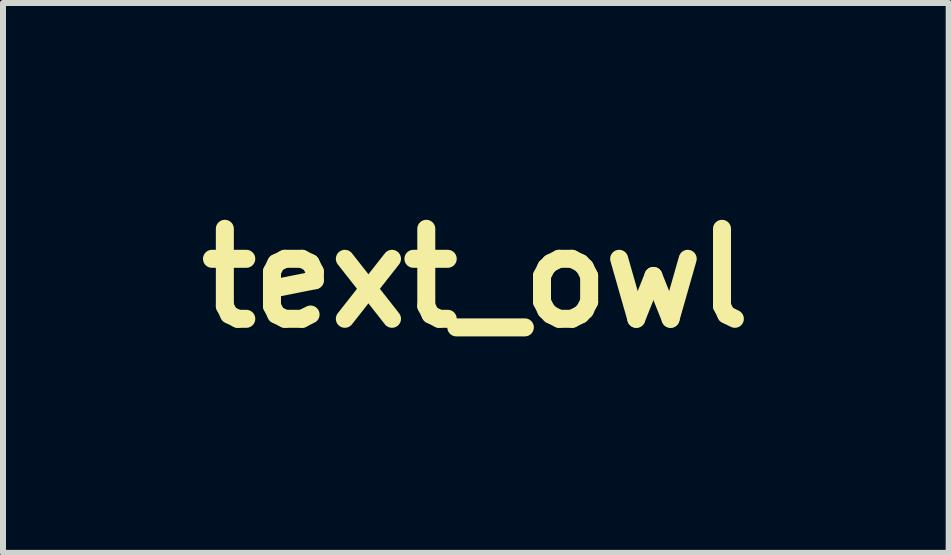
<source format=kicad_pcb>
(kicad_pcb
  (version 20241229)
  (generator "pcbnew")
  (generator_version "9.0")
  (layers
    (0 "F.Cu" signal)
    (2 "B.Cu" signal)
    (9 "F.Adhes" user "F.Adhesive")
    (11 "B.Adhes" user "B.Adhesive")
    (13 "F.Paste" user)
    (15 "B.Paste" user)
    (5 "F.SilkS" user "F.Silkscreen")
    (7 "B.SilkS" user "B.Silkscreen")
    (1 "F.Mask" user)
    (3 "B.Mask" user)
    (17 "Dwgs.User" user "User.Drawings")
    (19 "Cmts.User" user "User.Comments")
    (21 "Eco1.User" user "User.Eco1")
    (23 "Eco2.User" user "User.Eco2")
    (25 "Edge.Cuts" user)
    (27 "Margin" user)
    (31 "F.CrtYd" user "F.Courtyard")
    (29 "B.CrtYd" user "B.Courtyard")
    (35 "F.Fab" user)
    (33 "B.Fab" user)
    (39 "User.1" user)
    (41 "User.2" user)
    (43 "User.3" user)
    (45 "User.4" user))
  (footprint "text_owl"
    (layer "F.Cu")
    (at 4.876 1.585)
    (property "Reference" "text_owl" (at 0 0 0) (layer "F.SilkS") (effects (font (size 1.5 1.5) (thickness 0.3))))
    (attr board_only exclude_from_pos_files exclude_from_bom)
    (fp_poly (pts (xy -3.181 -1.521) (xy -3.146 -1.521) (xy -3.117 -1.52) (xy -3.1 -1.518) (xy -2.987 -1.506) (xy -2.876 -1.488) (xy -2.769 -1.465) (xy -2.665 -1.436) (xy -2.566 -1.402) (xy -2.471 -1.363) (xy -2.381 -1.319) (xy -2.298 -1.271) (xy -2.242 -1.234) (xy -2.171 -1.179) (xy -2.102 -1.118) (xy -2.037 -1.053) (xy -1.977 -0.984) (xy -1.923 -0.912) (xy -1.878 -0.843) (xy -1.835 -0.763) (xy -1.798 -0.679) (xy -1.767 -0.589) (xy -1.742 -0.495) (xy -1.723 -0.396) (xy -1.711 -0.292) (xy -1.704 -0.183) (xy -1.703 -0.109) (xy -1.705 0.016) (xy -1.713 0.136) (xy -1.726 0.251) (xy -1.744 0.36) (xy -1.768 0.463) (xy -1.796 0.561) (xy -1.829 0.652) (xy -1.868 0.738) (xy -1.911 0.817) (xy -1.937 0.858) (xy -1.969 0.903) (xy -2.006 0.949) (xy -2.047 0.996) (xy -2.092 1.042) (xy -2.158 1.105) (xy -2.222 1.16) (xy -2.286 1.21) (xy -2.352 1.254) (xy -2.42 1.294) (xy -2.472 1.321) (xy -2.515 1.341) (xy -2.557 1.359) (xy -2.6 1.376) (xy -2.645 1.39) (xy -2.693 1.404) (xy -2.744 1.417) (xy -2.801 1.429) (xy -2.863 1.441) (xy -2.916 1.45) (xy -2.978 1.46) (xy -3.044 1.469) (xy -3.112 1.477) (xy -3.182 1.484) (xy -3.252 1.49) (xy -3.321 1.494) (xy -3.388 1.498) (xy -3.452 1.5) (xy -3.512 1.501) (xy -3.567 1.501) (xy -3.614 1.498) (xy -3.629 1.497) (xy -3.713 1.487) (xy -3.798 1.47) (xy -3.885 1.446) (xy -3.972 1.416) (xy -4.057 1.381) (xy -4.14 1.341) (xy -4.219 1.296) (xy -4.293 1.247) (xy -4.337 1.214) (xy -4.375 1.182) (xy -4.415 1.145) (xy -4.456 1.104) (xy -4.497 1.06) (xy -4.536 1.015) (xy -4.573 0.97) (xy -4.598 0.937) (xy -4.652 0.858) (xy -4.7 0.776) (xy -4.742 0.692) (xy -4.778 0.606) (xy -4.807 0.515) (xy -4.832 0.42) (xy -4.85 0.321) (xy -4.864 0.216) (xy -4.872 0.105) (xy -4.874 0.079) (xy -4.876 -0.043) (xy -4.872 -0.13) (xy -4.246 -0.13) (xy -4.246 -0.091) (xy -4.245 -0.053) (xy -4.244 -0.019) (xy -4.243 0.011) (xy -4.242 0.027) (xy -4.231 0.143) (xy -4.216 0.255) (xy -4.196 0.362) (xy -4.172 0.465) (xy -4.144 0.562) (xy -4.112 0.653) (xy -4.075 0.738) (xy -4.035 0.817) (xy -3.998 0.879) (xy -3.946 0.952) (xy -3.892 1.018) (xy -3.835 1.076) (xy -3.776 1.126) (xy -3.713 1.169) (xy -3.647 1.205) (xy -3.578 1.234) (xy -3.504 1.256) (xy -3.427 1.271) (xy -3.411 1.274) (xy -3.387 1.276) (xy -3.357 1.278) (xy -3.323 1.279) (xy -3.287 1.28) (xy -3.251 1.279) (xy -3.218 1.278) (xy -3.189 1.277) (xy -3.179 1.276) (xy -3.098 1.264) (xy -3.021 1.245) (xy -2.947 1.22) (xy -2.899 1.198) (xy -2.858 1.177) (xy -2.822 1.156) (xy -2.788 1.132) (xy -2.755 1.105) (xy -2.721 1.073) (xy -2.69 1.042) (xy -2.629 0.974) (xy -2.575 0.901) (xy -2.528 0.823) (xy -2.486 0.741) (xy -2.451 0.653) (xy -2.441 0.622) (xy -2.424 0.567) (xy -2.408 0.505) (xy -2.393 0.44) (xy -2.38 0.371) (xy -2.368 0.303) (xy -2.359 0.235) (xy -2.356 0.213) (xy -2.354 0.186) (xy -2.352 0.153) (xy -2.351 0.114) (xy -2.35 0.072) (xy -2.349 0.028) (xy -2.349 -0.016) (xy -2.35 -0.058) (xy -2.351 -0.098) (xy -2.352 -0.133) (xy -2.354 -0.162) (xy -2.354 -0.164) (xy -2.368 -0.282) (xy -2.386 -0.393) (xy -2.41 -0.497) (xy -2.438 -0.596) (xy -2.472 -0.687) (xy -2.51 -0.773) (xy -2.554 -0.852) (xy -2.574 -0.884) (xy -2.626 -0.956) (xy -2.682 -1.022) (xy -2.741 -1.079) (xy -2.805 -1.13) (xy -2.872 -1.173) (xy -2.944 -1.21) (xy -3.019 -1.239) (xy -3.098 -1.261) (xy -3.182 -1.275) (xy -3.269 -1.283) (xy -3.32 -1.284) (xy -3.402 -1.281) (xy -3.481 -1.271) (xy -3.555 -1.253) (xy -3.627 -1.229) (xy -3.697 -1.197) (xy -3.765 -1.157) (xy -3.816 -1.122) (xy -3.843 -1.1) (xy -3.873 -1.074) (xy -3.904 -1.045) (xy -3.934 -1.016) (xy -3.961 -0.987) (xy -3.977 -0.968) (xy -4.032 -0.897) (xy -4.08 -0.82) (xy -4.123 -0.737) (xy -4.16 -0.65) (xy -4.191 -0.559) (xy -4.215 -0.463) (xy -4.233 -0.365) (xy -4.242 -0.289) (xy -4.244 -0.267) (xy -4.245 -0.239) (xy -4.246 -0.205) (xy -4.246 -0.169) (xy -4.246 -0.13) (xy -4.872 -0.13) (xy -4.871 -0.16) (xy -4.86 -0.272) (xy -4.843 -0.379) (xy -4.819 -0.482) (xy -4.788 -0.58) (xy -4.751 -0.672) (xy -4.708 -0.76) (xy -4.658 -0.843) (xy -4.633 -0.88) (xy -4.568 -0.964) (xy -4.498 -1.042) (xy -4.422 -1.115) (xy -4.343 -1.182) (xy -4.259 -1.243) (xy -4.173 -1.296) (xy -4.138 -1.315) (xy -4.047 -1.359) (xy -3.949 -1.398) (xy -3.846 -1.433) (xy -3.738 -1.463) (xy -3.625 -1.488) (xy -3.51 -1.507) (xy -3.471 -1.512) (xy -3.448 -1.514) (xy -3.418 -1.516) (xy -3.383 -1.518) (xy -3.344 -1.52) (xy -3.303 -1.521) (xy -3.261 -1.521) (xy -3.22 -1.521)) (stroke (width 0) (type solid)) (fill yes) (layer "F.Mask"))
    (fp_poly (pts (xy 2.999 -1.585) (xy 3.024 -1.584) (xy 3.049 -1.581) (xy 3.074 -1.576) (xy 3.104 -1.569) (xy 3.138 -1.559) (xy 3.153 -1.555) (xy 3.191 -1.543) (xy 3.223 -1.533) (xy 3.249 -1.525) (xy 3.27 -1.519) (xy 3.287 -1.514) (xy 3.301 -1.51) (xy 3.314 -1.506) (xy 3.326 -1.504) (xy 3.333 -1.502) (xy 3.35 -1.499) (xy 3.374 -1.494) (xy 3.404 -1.489) (xy 3.438 -1.484) (xy 3.475 -1.478) (xy 3.515 -1.471) (xy 3.555 -1.465) (xy 3.595 -1.459) (xy 3.634 -1.453) (xy 3.67 -1.448) (xy 3.701 -1.444) (xy 3.728 -1.44) (xy 3.749 -1.438) (xy 3.75 -1.438) (xy 3.773 -1.436) (xy 3.795 -1.433) (xy 3.814 -1.431) (xy 3.827 -1.43) (xy 3.83 -1.429) (xy 3.853 -1.423) (xy 3.874 -1.409) (xy 3.89 -1.39) (xy 3.895 -1.382) (xy 3.904 -1.357) (xy 3.905 -1.334) (xy 3.898 -1.312) (xy 3.886 -1.295) (xy 3.873 -1.284) (xy 3.858 -1.275) (xy 3.84 -1.269) (xy 3.816 -1.265) (xy 3.8 -1.263) (xy 3.761 -1.259) (xy 3.729 -1.252) (xy 3.703 -1.243) (xy 3.681 -1.231) (xy 3.664 -1.216) (xy 3.65 -1.197) (xy 3.641 -1.182) (xy 3.632 -1.159) (xy 3.622 -1.13) (xy 3.613 -1.097) (xy 3.605 -1.061) (xy 3.598 -1.024) (xy 3.594 -0.994) (xy 3.592 -0.971) (xy 3.59 -0.94) (xy 3.587 -0.902) (xy 3.585 -0.857) (xy 3.582 -0.805) (xy 3.579 -0.748) (xy 3.576 -0.686) (xy 3.574 -0.618) (xy 3.571 -0.547) (xy 3.568 -0.471) (xy 3.565 -0.392) (xy 3.562 -0.31) (xy 3.56 -0.226) (xy 3.557 -0.14) (xy 3.554 -0.052) (xy 3.552 0.037) (xy 3.55 0.126) (xy 3.547 0.216) (xy 3.545 0.305) (xy 3.543 0.393) (xy 3.542 0.48) (xy 3.541 0.525) (xy 3.54 0.598) (xy 3.539 0.663) (xy 3.539 0.72) (xy 3.54 0.771) (xy 3.542 0.816) (xy 3.544 0.856) (xy 3.547 0.89) (xy 3.552 0.92) (xy 3.557 0.945) (xy 3.563 0.967) (xy 3.571 0.987) (xy 3.58 1.003) (xy 3.59 1.018) (xy 3.602 1.031) (xy 3.611 1.039) (xy 3.634 1.058) (xy 3.661 1.075) (xy 3.691 1.088) (xy 3.725 1.099) (xy 3.764 1.109) (xy 3.809 1.116) (xy 3.861 1.121) (xy 3.913 1.125) (xy 3.954 1.127) (xy 4 1.127) (xy 4.047 1.126) (xy 4.094 1.125) (xy 4.138 1.122) (xy 4.179 1.119) (xy 4.214 1.115) (xy 4.218 1.114) (xy 4.271 1.104) (xy 4.318 1.09) (xy 4.357 1.073) (xy 4.39 1.053) (xy 4.417 1.029) (xy 4.438 1) (xy 4.453 0.968) (xy 4.462 0.939) (xy 4.467 0.912) (xy 4.471 0.885) (xy 4.473 0.856) (xy 4.474 0.823) (xy 4.474 0.786) (xy 4.472 0.742) (xy 4.472 0.728) (xy 4.47 0.69) (xy 4.468 0.658) (xy 4.467 0.634) (xy 4.466 0.614) (xy 4.466 0.6) (xy 4.467 0.589) (xy 4.468 0.582) (xy 4.47 0.577) (xy 4.472 0.573) (xy 4.475 0.569) (xy 4.477 0.568) (xy 4.486 0.56) (xy 4.495 0.559) (xy 4.498 0.559) (xy 4.507 0.564) (xy 4.515 0.574) (xy 4.522 0.59) (xy 4.529 0.612) (xy 4.536 0.64) (xy 4.547 0.686) (xy 4.559 0.729) (xy 4.573 0.768) (xy 4.588 0.802) (xy 4.591 0.808) (xy 4.616 0.848) (xy 4.647 0.89) (xy 4.686 0.933) (xy 4.732 0.978) (xy 4.778 1.019) (xy 4.807 1.044) (xy 4.83 1.065) (xy 4.848 1.083) (xy 4.862 1.098) (xy 4.872 1.113) (xy 4.878 1.126) (xy 4.883 1.14) (xy 4.885 1.155) (xy 4.885 1.162) (xy 4.885 1.207) (xy 4.877 1.252) (xy 4.861 1.296) (xy 4.84 1.338) (xy 4.813 1.377) (xy 4.781 1.411) (xy 4.771 1.419) (xy 4.735 1.447) (xy 4.695 1.472) (xy 4.651 1.493) (xy 4.602 1.512) (xy 4.548 1.528) (xy 4.489 1.541) (xy 4.422 1.553) (xy 4.349 1.562) (xy 4.324 1.565) (xy 4.305 1.567) (xy 4.281 1.568) (xy 4.251 1.57) (xy 4.218 1.572) (xy 4.184 1.574) (xy 4.149 1.575) (xy 4.115 1.577) (xy 4.083 1.578) (xy 4.056 1.579) (xy 4.033 1.579) (xy 4.017 1.579) (xy 4.015 1.579) (xy 4.005 1.578) (xy 3.989 1.578) (xy 3.969 1.577) (xy 3.944 1.576) (xy 3.918 1.575) (xy 3.918 1.575) (xy 3.815 1.569) (xy 3.718 1.56) (xy 3.628 1.546) (xy 3.545 1.528) (xy 3.468 1.507) (xy 3.399 1.483) (xy 3.334 1.452) (xy 3.273 1.416) (xy 3.218 1.375) (xy 3.169 1.329) (xy 3.126 1.278) (xy 3.089 1.224) (xy 3.06 1.166) (xy 3.049 1.139) (xy 3.037 1.102) (xy 3.028 1.066) (xy 3.022 1.029) (xy 3.018 0.989) (xy 3.016 0.943) (xy 3.015 0.913) (xy 3.015 0.897) (xy 3.016 0.873) (xy 3.017 0.842) (xy 3.018 0.804) (xy 3.019 0.759) (xy 3.02 0.708) (xy 3.022 0.65) (xy 3.024 0.587) (xy 3.026 0.518) (xy 3.028 0.444) (xy 3.031 0.366) (xy 3.033 0.283) (xy 3.036 0.197) (xy 3.039 0.107) (xy 3.042 0.013) (xy 3.045 -0.083) (xy 3.049 -0.182) (xy 3.052 -0.283) (xy 3.055 -0.386) (xy 3.059 -0.478) (xy 3.061 -0.554) (xy 3.063 -0.623) (xy 3.065 -0.685) (xy 3.067 -0.74) (xy 3.068 -0.788) (xy 3.069 -0.832) (xy 3.07 -0.87) (xy 3.07 -0.903) (xy 3.069 -0.933) (xy 3.069 -0.959) (xy 3.068 -0.982) (xy 3.066 -1.003) (xy 3.064 -1.022) (xy 3.062 -1.039) (xy 3.059 -1.056) (xy 3.056 -1.072) (xy 3.052 -1.088) (xy 3.048 -1.105) (xy 3.048 -1.106) (xy 3.036 -1.143) (xy 3.02 -1.176) (xy 3.002 -1.204) (xy 2.99 -1.218) (xy 2.965 -1.239) (xy 2.937 -1.255) (xy 2.906 -1.266) (xy 2.87 -1.271) (xy 2.83 -1.271) (xy 2.786 -1.267) (xy 2.764 -1.265) (xy 2.749 -1.265) (xy 2.738 -1.27) (xy 2.729 -1.278) (xy 2.722 -1.292) (xy 2.721 -1.294) (xy 2.711 -1.32) (xy 2.709 -1.345) (xy 2.714 -1.366) (xy 2.716 -1.369) (xy 2.728 -1.39) (xy 2.747 -1.414) (xy 2.77 -1.44) (xy 2.797 -1.466) (xy 2.825 -1.493) (xy 2.854 -1.518) (xy 2.883 -1.541) (xy 2.911 -1.559) (xy 2.935 -1.573) (xy 2.936 -1.574) (xy 2.948 -1.579) (xy 2.959 -1.583) (xy 2.97 -1.585) (xy 2.986 -1.585)) (stroke (width 0) (type solid)) (fill yes) (layer "F.Mask"))
    (fp_poly (pts (xy 0.705 -1.54) (xy 0.719 -1.539) (xy 0.73 -1.536) (xy 0.74 -1.532) (xy 0.743 -1.531) (xy 0.762 -1.519) (xy 0.779 -1.503) (xy 0.795 -1.483) (xy 0.81 -1.458) (xy 0.825 -1.426) (xy 0.84 -1.388) (xy 0.849 -1.362) (xy 0.858 -1.334) (xy 0.871 -1.299) (xy 0.887 -1.257) (xy 0.907 -1.207) (xy 0.929 -1.149) (xy 0.955 -1.085) (xy 0.983 -1.012) (xy 1.015 -0.932) (xy 1.05 -0.845) (xy 1.088 -0.751) (xy 1.129 -0.649) (xy 1.174 -0.54) (xy 1.221 -0.423) (xy 1.272 -0.3) (xy 1.321 -0.178) (xy 1.353 -0.101) (xy 1.381 -0.031) (xy 1.407 0.032) (xy 1.431 0.088) (xy 1.452 0.139) (xy 1.47 0.183) (xy 1.487 0.222) (xy 1.501 0.256) (xy 1.514 0.286) (xy 1.525 0.31) (xy 1.535 0.331) (xy 1.543 0.349) (xy 1.549 0.362) (xy 1.555 0.373) (xy 1.56 0.382) (xy 1.562 0.385) (xy 1.577 0.405) (xy 1.592 0.418) (xy 1.606 0.423) (xy 1.62 0.42) (xy 1.633 0.41) (xy 1.646 0.391) (xy 1.659 0.365) (xy 1.673 0.33) (xy 1.675 0.324) (xy 1.687 0.288) (xy 1.7 0.244) (xy 1.714 0.194) (xy 1.73 0.139) (xy 1.746 0.079) (xy 1.763 0.015) (xy 1.78 -0.052) (xy 1.798 -0.121) (xy 1.815 -0.191) (xy 1.832 -0.261) (xy 1.848 -0.332) (xy 1.864 -0.401) (xy 1.866 -0.41) (xy 1.89 -0.519) (xy 1.911 -0.62) (xy 1.929 -0.714) (xy 1.944 -0.8) (xy 1.957 -0.878) (xy 1.967 -0.949) (xy 1.974 -1.012) (xy 1.979 -1.068) (xy 1.98 -1.098) (xy 1.981 -1.124) (xy 1.981 -1.144) (xy 1.981 -1.159) (xy 1.979 -1.171) (xy 1.977 -1.181) (xy 1.976 -1.187) (xy 1.965 -1.211) (xy 1.949 -1.231) (xy 1.927 -1.247) (xy 1.921 -1.25) (xy 1.906 -1.258) (xy 1.892 -1.264) (xy 1.879 -1.269) (xy 1.864 -1.271) (xy 1.846 -1.273) (xy 1.825 -1.274) (xy 1.799 -1.273) (xy 1.767 -1.272) (xy 1.748 -1.271) (xy 1.709 -1.269) (xy 1.678 -1.269) (xy 1.656 -1.269) (xy 1.641 -1.269) (xy 1.635 -1.27) (xy 1.62 -1.279) (xy 1.61 -1.294) (xy 1.606 -1.315) (xy 1.606 -1.321) (xy 1.61 -1.343) (xy 1.618 -1.369) (xy 1.631 -1.396) (xy 1.648 -1.424) (xy 1.667 -1.452) (xy 1.688 -1.476) (xy 1.71 -1.497) (xy 1.731 -1.514) (xy 1.75 -1.523) (xy 1.752 -1.524) (xy 1.76 -1.526) (xy 1.769 -1.527) (xy 1.779 -1.527) (xy 1.793 -1.526) (xy 1.809 -1.524) (xy 1.83 -1.521) (xy 1.857 -1.516) (xy 1.891 -1.509) (xy 1.907 -1.506) (xy 1.969 -1.495) (xy 2.038 -1.484) (xy 2.115 -1.475) (xy 2.199 -1.466) (xy 2.292 -1.459) (xy 2.392 -1.452) (xy 2.464 -1.448) (xy 2.491 -1.446) (xy 2.516 -1.445) (xy 2.538 -1.443) (xy 2.555 -1.442) (xy 2.566 -1.44) (xy 2.568 -1.44) (xy 2.59 -1.431) (xy 2.607 -1.416) (xy 2.62 -1.396) (xy 2.628 -1.374) (xy 2.63 -1.351) (xy 2.628 -1.327) (xy 2.619 -1.305) (xy 2.605 -1.286) (xy 2.6 -1.282) (xy 2.588 -1.273) (xy 2.574 -1.266) (xy 2.558 -1.261) (xy 2.536 -1.257) (xy 2.527 -1.255) (xy 2.48 -1.248) (xy 2.441 -1.238) (xy 2.408 -1.225) (xy 2.38 -1.209) (xy 2.358 -1.189) (xy 2.339 -1.165) (xy 2.324 -1.139) (xy 2.317 -1.122) (xy 2.309 -1.103) (xy 2.3 -1.08) (xy 2.291 -1.053) (xy 2.281 -1.021) (xy 2.269 -0.986) (xy 2.257 -0.945) (xy 2.244 -0.899) (xy 2.229 -0.848) (xy 2.213 -0.791) (xy 2.196 -0.728) (xy 2.177 -0.658) (xy 2.157 -0.581) (xy 2.134 -0.497) (xy 2.11 -0.406) (xy 2.101 -0.371) (xy 2.041 -0.141) (xy 1.984 0.082) (xy 1.929 0.302) (xy 1.876 0.517) (xy 1.824 0.731) (xy 1.774 0.945) (xy 1.724 1.16) (xy 1.713 1.207) (xy 1.701 1.259) (xy 1.691 1.303) (xy 1.682 1.339) (xy 1.674 1.366) (xy 1.668 1.386) (xy 1.664 1.398) (xy 1.663 1.4) (xy 1.644 1.43) (xy 1.618 1.455) (xy 1.585 1.475) (xy 1.548 1.491) (xy 1.505 1.501) (xy 1.471 1.504) (xy 1.428 1.503) (xy 1.389 1.495) (xy 1.353 1.479) (xy 1.32 1.455) (xy 1.29 1.425) (xy 1.265 1.387) (xy 1.251 1.361) (xy 1.248 1.353) (xy 1.242 1.339) (xy 1.234 1.317) (xy 1.223 1.289) (xy 1.21 1.255) (xy 1.195 1.216) (xy 1.178 1.171) (xy 1.159 1.121) (xy 1.139 1.068) (xy 1.117 1.01) (xy 1.094 0.949) (xy 1.07 0.885) (xy 1.045 0.818) (xy 1.019 0.749) (xy 0.993 0.678) (xy 0.991 0.675) (xy 0.95 0.565) (xy 0.912 0.463) (xy 0.877 0.368) (xy 0.844 0.28) (xy 0.813 0.198) (xy 0.785 0.123) (xy 0.759 0.054) (xy 0.735 -0.009) (xy 0.714 -0.067) (xy 0.694 -0.119) (xy 0.676 -0.167) (xy 0.66 -0.209) (xy 0.646 -0.247) (xy 0.633 -0.281) (xy 0.622 -0.311) (xy 0.612 -0.337) (xy 0.604 -0.36) (xy 0.596 -0.38) (xy 0.59 -0.397) (xy 0.584 -0.411) (xy 0.58 -0.422) (xy 0.576 -0.432) (xy 0.573 -0.44) (xy 0.57 -0.446) (xy 0.568 -0.451) (xy 0.566 -0.455) (xy 0.565 -0.458) (xy 0.564 -0.46) (xy 0.564 -0.46) (xy 0.552 -0.48) (xy 0.539 -0.496) (xy 0.526 -0.508) (xy 0.513 -0.515) (xy 0.512 -0.515) (xy 0.497 -0.514) (xy 0.481 -0.506) (xy 0.464 -0.49) (xy 0.447 -0.467) (xy 0.445 -0.464) (xy 0.441 -0.456) (xy 0.433 -0.44) (xy 0.423 -0.418) (xy 0.411 -0.391) (xy 0.397 -0.359) (xy 0.382 -0.323) (xy 0.365 -0.284) (xy 0.347 -0.242) (xy 0.329 -0.199) (xy 0.31 -0.154) (xy 0.291 -0.109) (xy 0.273 -0.063) (xy 0.259 -0.029) (xy 0.224 0.057) (xy 0.188 0.147) (xy 0.151 0.24) (xy 0.114 0.335) (xy 0.077 0.43) (xy 0.041 0.526) (xy 0.005 0.621) (xy -0.03 0.715) (xy -0.064 0.806) (xy -0.096 0.894) (xy -0.126 0.977) (xy -0.154 1.056) (xy -0.179 1.129) (xy -0.201 1.196) (xy -0.203 1.2) (xy -0.216 1.238) (xy -0.228 1.274) (xy -0.239 1.307) (xy -0.249 1.337) (xy -0.258 1.362) (xy -0.266 1.382) (xy -0.271 1.396) (xy -0.273 1.401) (xy -0.286 1.423) (xy -0.305 1.446) (xy -0.314 1.455) (xy -0.342 1.48) (xy -0.372 1.498) (xy -0.404 1.51) (xy -0.441 1.516) (xy -0.478 1.518) (xy -0.498 1.517) (xy -0.519 1.515) (xy -0.535 1.513) (xy -0.541 1.512) (xy -0.573 1.5) (xy -0.602 1.483) (xy -0.628 1.461) (xy -0.651 1.432) (xy -0.672 1.396) (xy -0.691 1.354) (xy -0.703 1.321) (xy -0.709 1.304) (xy -0.715 1.287) (xy -0.72 1.269) (xy -0.725 1.251) (xy -0.73 1.23) (xy -0.735 1.206) (xy -0.741 1.178) (xy -0.748 1.146) (xy -0.755 1.108) (xy -0.763 1.064) (xy -0.773 1.012) (xy -0.773 1.009) (xy -0.788 0.928) (xy -0.804 0.843) (xy -0.821 0.755) (xy -0.838 0.665) (xy -0.855 0.573) (xy -0.873 0.48) (xy -0.891 0.386) (xy -0.909 0.293) (xy -0.927 0.201) (xy -0.945 0.11) (xy -0.963 0.02) (xy -0.98 -0.066) (xy -0.996 -0.15) (xy -1.012 -0.229) (xy -1.028 -0.305) (xy -1.042 -0.375) (xy -1.055 -0.44) (xy -1.067 -0.499) (xy -1.078 -0.551) (xy -1.088 -0.595) (xy -1.09 -0.603) (xy -1.109 -0.688) (xy -1.126 -0.764) (xy -1.144 -0.834) (xy -1.16 -0.896) (xy -1.176 -0.952) (xy -1.192 -1.002) (xy -1.207 -1.045) (xy -1.223 -1.082) (xy -1.239 -1.115) (xy -1.255 -1.142) (xy -1.272 -1.165) (xy -1.29 -1.183) (xy -1.309 -1.198) (xy -1.329 -1.209) (xy -1.35 -1.216) (xy -1.373 -1.221) (xy -1.397 -1.224) (xy -1.409 -1.224) (xy -1.431 -1.223) (xy -1.453 -1.222) (xy -1.472 -1.22) (xy -1.478 -1.219) (xy -1.498 -1.216) (xy -1.514 -1.219) (xy -1.527 -1.227) (xy -1.538 -1.241) (xy -1.542 -1.246) (xy -1.556 -1.274) (xy -1.564 -1.3) (xy -1.564 -1.323) (xy -1.563 -1.328) (xy -1.554 -1.354) (xy -1.54 -1.382) (xy -1.521 -1.412) (xy -1.498 -1.441) (xy -1.474 -1.469) (xy -1.448 -1.492) (xy -1.423 -1.511) (xy -1.414 -1.516) (xy -1.404 -1.522) (xy -1.396 -1.525) (xy -1.386 -1.527) (xy -1.374 -1.528) (xy -1.356 -1.527) (xy -1.349 -1.527) (xy -1.311 -1.525) (xy -1.269 -1.519) (xy -1.22 -1.509) (xy -1.166 -1.495) (xy -1.145 -1.489) (xy -1.087 -1.473) (xy -1.035 -1.46) (xy -0.987 -1.448) (xy -0.942 -1.439) (xy -0.898 -1.431) (xy -0.854 -1.425) (xy -0.809 -1.421) (xy -0.76 -1.417) (xy -0.708 -1.415) (xy -0.651 -1.414) (xy -0.586 -1.413) (xy -0.583 -1.413) (xy -0.539 -1.413) (xy -0.503 -1.413) (xy -0.473 -1.413) (xy -0.449 -1.412) (xy -0.43 -1.411) (xy -0.415 -1.41) (xy -0.403 -1.408) (xy -0.394 -1.405) (xy -0.386 -1.401) (xy -0.378 -1.397) (xy -0.371 -1.391) (xy -0.364 -1.386) (xy -0.346 -1.368) (xy -0.333 -1.349) (xy -0.325 -1.329) (xy -0.323 -1.309) (xy -0.328 -1.292) (xy -0.334 -1.283) (xy -0.341 -1.276) (xy -0.349 -1.271) (xy -0.359 -1.267) (xy -0.373 -1.264) (xy -0.392 -1.262) (xy -0.407 -1.26) (xy -0.446 -1.254) (xy -0.479 -1.246) (xy -0.506 -1.234) (xy -0.529 -1.219) (xy -0.538 -1.211) (xy -0.555 -1.193) (xy -0.567 -1.17) (xy -0.576 -1.144) (xy -0.581 -1.112) (xy -0.583 -1.075) (xy -0.58 -1.033) (xy -0.574 -0.984) (xy -0.563 -0.928) (xy -0.563 -0.923) (xy -0.557 -0.898) (xy -0.551 -0.866) (xy -0.544 -0.83) (xy -0.536 -0.791) (xy -0.529 -0.751) (xy -0.521 -0.713) (xy -0.519 -0.7) (xy -0.503 -0.615) (xy -0.486 -0.53) (xy -0.469 -0.444) (xy -0.452 -0.359) (xy -0.435 -0.276) (xy -0.418 -0.194) (xy -0.402 -0.115) (xy -0.386 -0.04) (xy -0.371 0.03) (xy -0.356 0.095) (xy -0.343 0.154) (xy -0.331 0.205) (xy -0.328 0.217) (xy -0.316 0.267) (xy -0.305 0.31) (xy -0.295 0.346) (xy -0.287 0.375) (xy -0.28 0.399) (xy -0.273 0.418) (xy -0.266 0.432) (xy -0.259 0.442) (xy -0.253 0.449) (xy -0.246 0.453) (xy -0.238 0.455) (xy -0.232 0.455) (xy -0.216 0.452) (xy -0.201 0.443) (xy -0.186 0.426) (xy -0.17 0.402) (xy -0.162 0.387) (xy -0.154 0.368) (xy -0.142 0.343) (xy -0.128 0.31) (xy -0.112 0.27) (xy -0.092 0.223) (xy -0.071 0.17) (xy -0.047 0.11) (xy -0.021 0.044) (xy 0.007 -0.028) (xy 0.038 -0.105) (xy 0.07 -0.188) (xy 0.104 -0.276) (xy 0.14 -0.369) (xy 0.178 -0.467) (xy 0.217 -0.569) (xy 0.258 -0.676) (xy 0.3 -0.787) (xy 0.344 -0.901) (xy 0.388 -1.02) (xy 0.416 -1.093) (xy 0.437 -1.148) (xy 0.457 -1.2) (xy 0.475 -1.248) (xy 0.493 -1.293) (xy 0.508 -1.334) (xy 0.522 -1.37) (xy 0.534 -1.4) (xy 0.544 -1.425) (xy 0.551 -1.443) (xy 0.556 -1.454) (xy 0.557 -1.455) (xy 0.575 -1.487) (xy 0.596 -1.511) (xy 0.621 -1.528) (xy 0.622 -1.529) (xy 0.635 -1.535) (xy 0.646 -1.538) (xy 0.658 -1.54) (xy 0.675 -1.541) (xy 0.685 -1.541)) (stroke (width 0) (type solid)) (fill yes) (layer "F.Mask")))
  (gr_rect
    (start -3 -3)
    (end 12.761 6.164)
    (stroke (width 0.1) (type default))
    (fill no)
    (layer "Edge.Cuts")))
</source>
